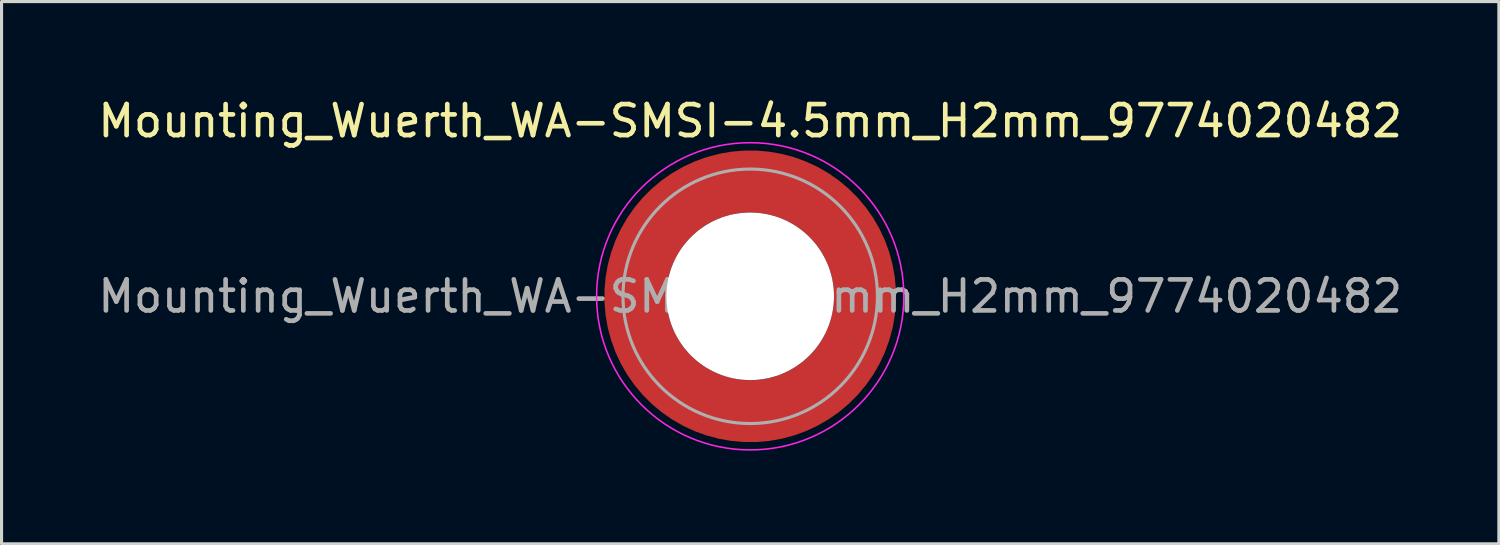
<source format=kicad_pcb>
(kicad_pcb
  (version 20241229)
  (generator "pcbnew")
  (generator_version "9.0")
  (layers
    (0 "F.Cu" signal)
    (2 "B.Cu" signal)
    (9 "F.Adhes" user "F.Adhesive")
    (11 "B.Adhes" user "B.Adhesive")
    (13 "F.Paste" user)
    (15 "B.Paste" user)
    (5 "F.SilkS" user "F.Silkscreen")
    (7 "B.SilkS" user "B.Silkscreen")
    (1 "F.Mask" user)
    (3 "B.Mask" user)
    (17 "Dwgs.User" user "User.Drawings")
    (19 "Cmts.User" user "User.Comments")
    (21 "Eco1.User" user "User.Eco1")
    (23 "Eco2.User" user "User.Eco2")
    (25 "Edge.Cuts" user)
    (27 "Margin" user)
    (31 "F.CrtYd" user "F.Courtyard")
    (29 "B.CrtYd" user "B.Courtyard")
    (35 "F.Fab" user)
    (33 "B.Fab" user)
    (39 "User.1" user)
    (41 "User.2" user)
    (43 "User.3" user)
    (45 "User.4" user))
  (footprint "Mounting_Wuerth_WA-SMSI-4.5mm_H2mm_9774020482"
    (layer "F.Cu")
    (at 21.125 6.498)
    (property "Reference" "Mounting_Wuerth_WA-SMSI-4.5mm_H2mm_9774020482" (at 0 -5.65 0) (layer "F.SilkS") (effects (font (size 1 1) (thickness 0.15))))
    (attr smd)
    (fp_circle (center 0 0) (end 4.95 0) (stroke (width 0.05) (type solid)) (fill no) (layer "F.CrtYd"))
    (fp_circle (center 0 0) (end 4.1 0) (stroke (width 0.1) (type solid)) (fill no) (layer "F.Fab"))
    (fp_text user "${REFERENCE}" (at 0 0 0) (layer "F.Fab") (effects (font (size 1 1) (thickness 0.15))))
    (pad "" smd custom (at -2.607 -2.607) (size 1.495 1.495) (layers "F.Paste") (options (anchor circle)) (primitives (gr_arc (start -0.188183 2.107456) (mid 0.598928 0.599619) (end 2.106494 -0.188011) (width 0.2)) (gr_arc (start -0.289416 2.107456) (mid 0.528508 0.529033) (end 2.106724 -0.28929) (width 0.2)) (gr_arc (start -0.390547 2.107456) (mid 0.457087 0.459449) (end 2.104161 -0.389996) (width 0.2)) (gr_arc (start -0.491585 2.107456) (mid 0.386415 0.389116) (end 2.103685 -0.490974) (width 0.2)) (gr_arc (start -0.59254 2.107456) (mid 0.31649 0.318035) (end 2.105297 -0.592203) (width 0.2)) (gr_arc (start -0.693419 2.107456) (mid 0.245252 0.248268) (end 2.103239 -0.692777) (width 0.2)) (gr_arc (start -0.794229 2.107456) (mid 0.174636 0.177878) (end 2.102921 -0.793558) (width 0.2)) (gr_arc (start -0.894975 2.107456) (mid 0.104643 0.106867) (end 2.104343 -0.894528) (width 0.2)) (gr_arc (start -0.995664 2.107456) (mid 0.033026 0.037479) (end 2.101219 -0.994793) (width 0.2)) (gr_arc (start -1.0963 2.107456) (mid -0.035789 -0.034713) (end 2.105949 -1.096095) (width 0.2)) (gr_arc (start -1.196886 2.107456) (mid -0.106351 -0.105158) (end 2.105783 -1.196667) (width 0.2)) (gr_arc (start -1.297427 2.107456) (mid -0.176416 -0.176097) (end 2.107009 -1.29737) (width 0.2)) (gr_arc (start -1.397927 2.107456) (mid -0.248476 -0.245042) (end 2.102638 -1.397323) (width 0.2)) (gr_arc (start -1.498388 2.107456) (mid -0.317612 -0.316913) (end 2.106475 -1.498268) (width 0.2)) (gr_arc (start -1.598813 2.107456) (mid -0.388865 -0.386665) (end 2.104366 -1.598444) (width 0.2)) (gr_arc (start -1.699204 2.107456) (mid -0.459747 -0.456787) (end 2.103299 -1.698719) (width 0.2)) (gr_arc (start -1.799565 2.107456) (mid -0.530257 -0.527283) (end 2.103277 -1.799089) (width 0.2)) (gr_arc (start -1.899896 2.107456) (mid -0.600396 -0.59815) (end 2.104299 -1.899545) (width 0.2)) (gr_arc (start -1.899896 2.107456) (mid -0.600396 -0.59815) (end 2.104299 -1.899545) (width 0.2)) (gr_line (start 2.107 -0.188) (end 2.107 -1.9) (width 0.2)) (gr_line (start -0.188 2.107) (end -1.9 2.107) (width 0.2))))
    (pad "" smd custom (at -2.607 2.607) (size 1.495 1.495) (layers "F.Paste") (options (anchor circle)) (primitives (gr_arc (start 2.107456 0.188183) (mid 0.599619 -0.598928) (end -0.188011 -2.106494) (width 0.2)) (gr_arc (start 2.107456 0.289416) (mid 0.529033 -0.528508) (end -0.28929 -2.106724) (width 0.2)) (gr_arc (start 2.107456 0.390547) (mid 0.45945 -0.457087) (end -0.389996 -2.104161) (width 0.2)) (gr_arc (start 2.107456 0.491585) (mid 0.389116 -0.386415) (end -0.490974 -2.103685) (width 0.2)) (gr_arc (start 2.107456 0.59254) (mid 0.318035 -0.31649) (end -0.592203 -2.105297) (width 0.2)) (gr_arc (start 2.107456 0.693419) (mid 0.248268 -0.245252) (end -0.692777 -2.103239) (width 0.2)) (gr_arc (start 2.107456 0.794229) (mid 0.177878 -0.174636) (end -0.793558 -2.102921) (width 0.2)) (gr_arc (start 2.107456 0.894975) (mid 0.106867 -0.104643) (end -0.894528 -2.104343) (width 0.2)) (gr_arc (start 2.107456 0.995664) (mid 0.037479 -0.033026) (end -0.994793 -2.101219) (width 0.2)) (gr_arc (start 2.107456 1.0963) (mid -0.034713 0.035789) (end -1.096095 -2.105949) (width 0.2)) (gr_arc (start 2.107456 1.196886) (mid -0.105158 0.106351) (end -1.196667 -2.105783) (width 0.2)) (gr_arc (start 2.107456 1.297427) (mid -0.176097 0.176416) (end -1.29737 -2.107009) (width 0.2)) (gr_arc (start 2.107456 1.397927) (mid -0.245042 0.248476) (end -1.397323 -2.102638) (width 0.2)) (gr_arc (start 2.107456 1.498388) (mid -0.316913 0.317612) (end -1.498268 -2.106475) (width 0.2)) (gr_arc (start 2.107456 1.598813) (mid -0.386665 0.388865) (end -1.598444 -2.104366) (width 0.2)) (gr_arc (start 2.107456 1.699204) (mid -0.456787 0.459747) (end -1.698719 -2.103299) (width 0.2)) (gr_arc (start 2.107456 1.799565) (mid -0.527283 0.530257) (end -1.799089 -2.103277) (width 0.2)) (gr_arc (start 2.107456 1.899896) (mid -0.59815 0.600396) (end -1.899545 -2.104299) (width 0.2)) (gr_arc (start 2.107456 1.899896) (mid -0.59815 0.600396) (end -1.899545 -2.104299) (width 0.2)) (gr_line (start -0.188 -2.107) (end -1.9 -2.107) (width 0.2)) (gr_line (start 2.107 0.188) (end 2.107 1.9) (width 0.2))))
    (pad "" np_thru_hole circle (at 0 0) (size 5.4 5.4) (drill 5.4) (layers "*.Cu" "*.Mask"))
    (pad "" smd custom (at 2.607 -2.607) (size 1.495 1.495) (layers "F.Paste") (options (anchor circle)) (primitives (gr_arc (start -2.107456 -0.188183) (mid -0.599619 0.598928) (end 0.188011 2.106494) (width 0.2)) (gr_arc (start -2.107456 -0.289416) (mid -0.529033 0.528508) (end 0.28929 2.106724) (width 0.2)) (gr_arc (start -2.107456 -0.390547) (mid -0.459449 0.457087) (end 0.389996 2.104161) (width 0.2)) (gr_arc (start -2.107456 -0.491585) (mid -0.389116 0.386415) (end 0.490974 2.103685) (width 0.2)) (gr_arc (start -2.107456 -0.59254) (mid -0.318035 0.31649) (end 0.592203 2.105297) (width 0.2)) (gr_arc (start -2.107456 -0.693419) (mid -0.248268 0.245252) (end 0.692777 2.103239) (width 0.2)) (gr_arc (start -2.107456 -0.794229) (mid -0.177878 0.174636) (end 0.793558 2.102921) (width 0.2)) (gr_arc (start -2.107456 -0.894975) (mid -0.106867 0.104643) (end 0.894528 2.104343) (width 0.2)) (gr_arc (start -2.107456 -0.995664) (mid -0.037479 0.033026) (end 0.994793 2.101219) (width 0.2)) (gr_arc (start -2.107456 -1.0963) (mid 0.034713 -0.035789) (end 1.096095 2.105949) (width 0.2)) (gr_arc (start -2.107456 -1.196886) (mid 0.105158 -0.106351) (end 1.196667 2.105783) (width 0.2)) (gr_arc (start -2.107456 -1.297427) (mid 0.176097 -0.176416) (end 1.29737 2.107009) (width 0.2)) (gr_arc (start -2.107456 -1.397927) (mid 0.245042 -0.248476) (end 1.397323 2.102638) (width 0.2)) (gr_arc (start -2.107456 -1.498388) (mid 0.316913 -0.317612) (end 1.498268 2.106475) (width 0.2)) (gr_arc (start -2.107456 -1.598813) (mid 0.386665 -0.388865) (end 1.598444 2.104366) (width 0.2)) (gr_arc (start -2.107456 -1.699204) (mid 0.456787 -0.459747) (end 1.698719 2.103299) (width 0.2)) (gr_arc (start -2.107456 -1.799565) (mid 0.527283 -0.530257) (end 1.799089 2.103277) (width 0.2)) (gr_arc (start -2.107456 -1.899896) (mid 0.59815 -0.600396) (end 1.899545 2.104299) (width 0.2)) (gr_arc (start -2.107456 -1.899896) (mid 0.59815 -0.600396) (end 1.899545 2.104299) (width 0.2)) (gr_line (start 0.188 2.107) (end 1.9 2.107) (width 0.2)) (gr_line (start -2.107 -0.188) (end -2.107 -1.9) (width 0.2))))
    (pad "" smd custom (at 2.607 2.607) (size 1.495 1.495) (layers "F.Paste") (options (anchor circle)) (primitives (gr_arc (start 0.188183 -2.107456) (mid -0.598928 -0.599619) (end -2.106494 0.188011) (width 0.2)) (gr_arc (start 0.289416 -2.107456) (mid -0.528508 -0.529033) (end -2.106724 0.28929) (width 0.2)) (gr_arc (start 0.390547 -2.107456) (mid -0.457087 -0.459449) (end -2.104161 0.389996) (width 0.2)) (gr_arc (start 0.491585 -2.107456) (mid -0.386415 -0.389116) (end -2.103685 0.490974) (width 0.2)) (gr_arc (start 0.59254 -2.107456) (mid -0.31649 -0.318035) (end -2.105297 0.592203) (width 0.2)) (gr_arc (start 0.693419 -2.107456) (mid -0.245252 -0.248268) (end -2.103239 0.692777) (width 0.2)) (gr_arc (start 0.794229 -2.107456) (mid -0.174636 -0.177878) (end -2.102921 0.793558) (width 0.2)) (gr_arc (start 0.894975 -2.107456) (mid -0.104643 -0.106867) (end -2.104343 0.894528) (width 0.2)) (gr_arc (start 0.995664 -2.107456) (mid -0.033026 -0.037479) (end -2.101219 0.994793) (width 0.2)) (gr_arc (start 1.0963 -2.107456) (mid 0.035789 0.034713) (end -2.105949 1.096095) (width 0.2)) (gr_arc (start 1.196886 -2.107456) (mid 0.106351 0.105158) (end -2.105783 1.196667) (width 0.2)) (gr_arc (start 1.297427 -2.107456) (mid 0.176416 0.176097) (end -2.107009 1.29737) (width 0.2)) (gr_arc (start 1.397927 -2.107456) (mid 0.248476 0.245042) (end -2.102638 1.397323) (width 0.2)) (gr_arc (start 1.498388 -2.107456) (mid 0.317612 0.316913) (end -2.106475 1.498268) (width 0.2)) (gr_arc (start 1.598813 -2.107456) (mid 0.388865 0.386665) (end -2.104366 1.598444) (width 0.2)) (gr_arc (start 1.699204 -2.107456) (mid 0.459747 0.456787) (end -2.103299 1.698719) (width 0.2)) (gr_arc (start 1.799565 -2.107456) (mid 0.530257 0.527283) (end -2.103277 1.799089) (width 0.2)) (gr_arc (start 1.899896 -2.107456) (mid 0.600396 0.59815) (end -2.104299 1.899545) (width 0.2)) (gr_arc (start 1.899896 -2.107456) (mid 0.600396 0.59815) (end -2.104299 1.899545) (width 0.2)) (gr_line (start -2.107 0.188) (end -2.107 1.9) (width 0.2)) (gr_line (start 0.188 -2.107) (end 1.9 -2.107) (width 0.2))))
    (pad "1" smd circle (at -3.7 0) (size 1.6 1.6) (layers "F.Cu"))
    (pad "1" smd circle (at 0 -3.7) (size 1.6 1.6) (layers "F.Cu"))
    (pad "1" smd circle (at 0 3.7) (size 1.6 1.6) (layers "F.Cu"))
    (pad "1" smd custom (at 3.7 0) (size 1.6 1.6) (layers "F.Cu" "F.Mask") (options (anchor circle)) (primitives (gr_circle (center -3.7 0) (end 0 0) (width 2) (fill no)))))
  (gr_rect
    (start -3 -3)
    (end 45.25 14.473)
    (stroke (width 0.1) (type default))
    (fill no)
    (layer "Edge.Cuts")))
</source>
